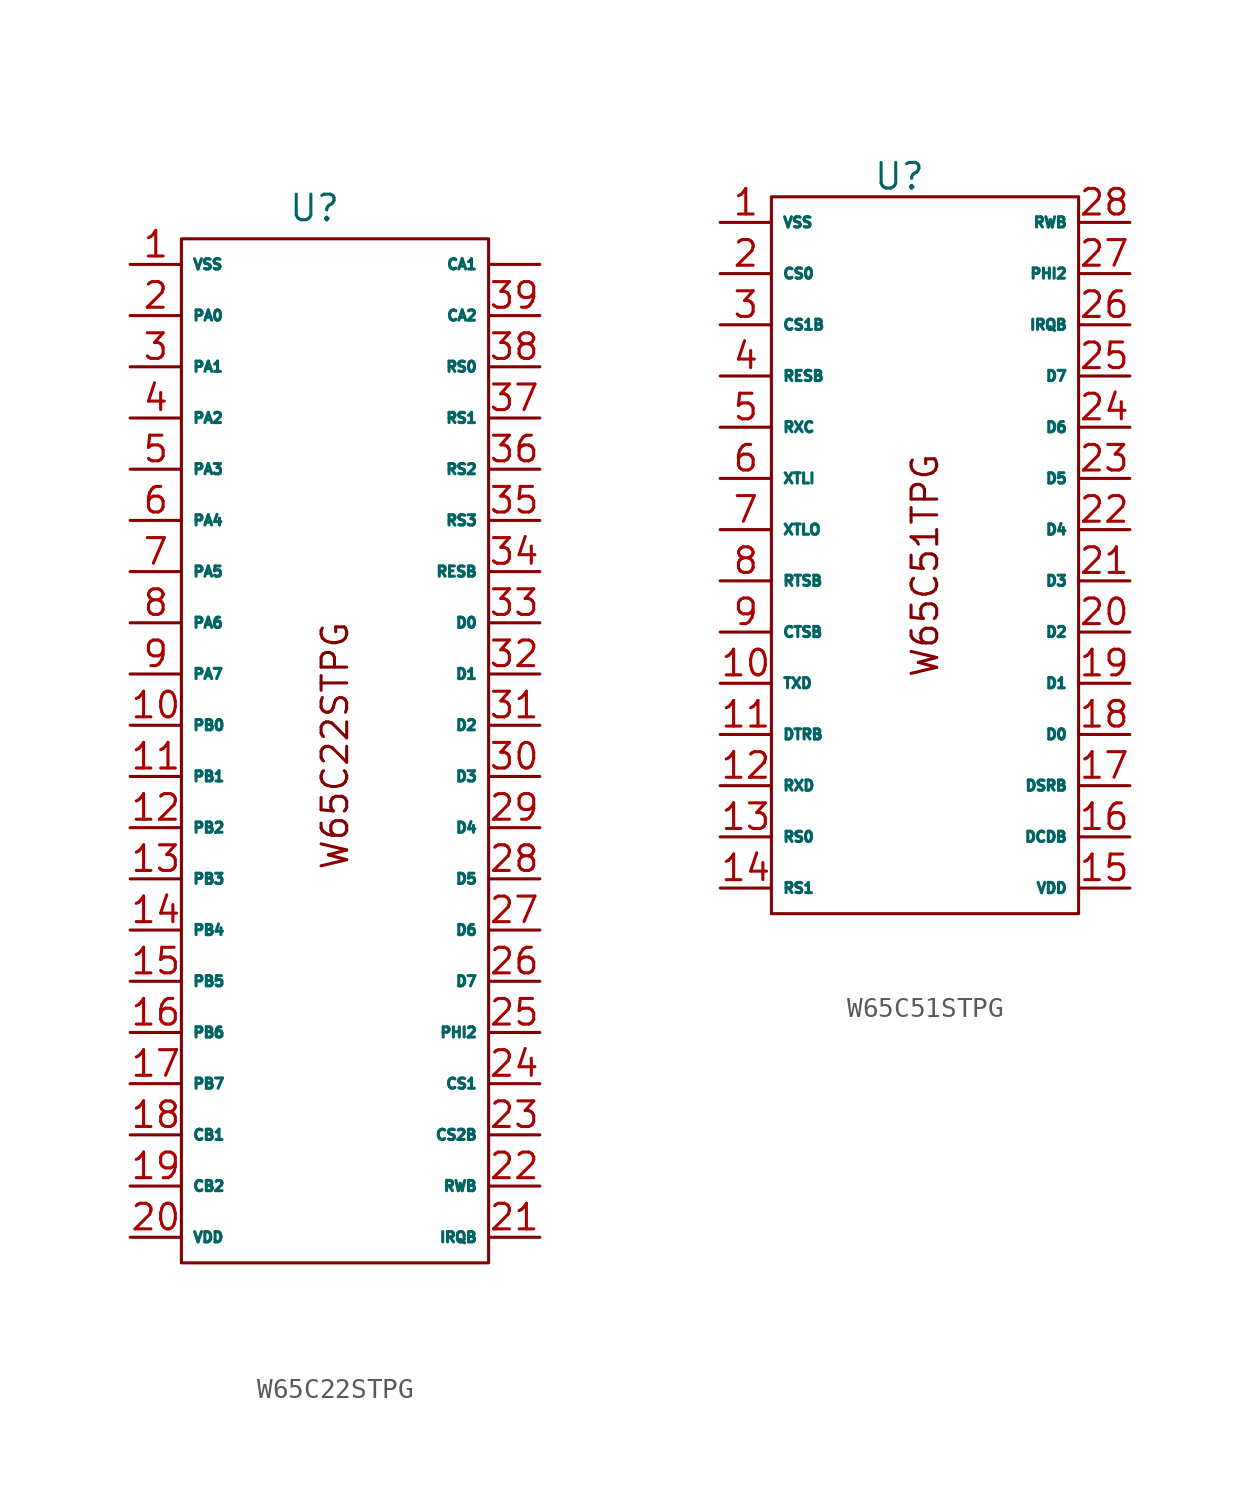
<source format=kicad_sym>
(kicad_symbol_lib
  (version 20231120)
  (generator "kicad_symbol_editor")
  (generator_version "8.0")
  (symbol "W65C22STPG"
    (property "Reference" "U"
      (at -1.016 26.924 0)
      (effects (font (size 1.27 1.27))))
    (property "Value" ""
      (at 0 0 0)
      (effects (font (size 1.27 1.27))))
    (symbol "W65C22STPG_0_1"
      (rectangle (start -7.62 25.4) (end 7.62 -25.4) (stroke (width 0) (type default)) (fill (type none))))
    (symbol "W65C22STPG_1_1"
      (text "W65C22STPG" (at 0 0.254 900) (effects (font (size 1.27 1.27))))
      (pin input line (at 10.16 24.13 180) (length 2.54) (name "CA1" (effects (font (size 0.508 0.508)))) (number "" (effects (font (size 1.27 1.27)))))
      (pin power_in line (at -10.16 24.13 0) (length 2.54) (name "VSS" (effects (font (size 0.508 0.508)))) (number "1" (effects (font (size 1.27 1.27)))))
      (pin bidirectional line (at -10.16 1.27 0) (length 2.54) (name "PB0" (effects (font (size 0.508 0.508)))) (number "10" (effects (font (size 1.27 1.27)))))
      (pin bidirectional line (at -10.16 -1.27 0) (length 2.54) (name "PB1" (effects (font (size 0.508 0.508)))) (number "11" (effects (font (size 1.27 1.27)))))
      (pin bidirectional line (at -10.16 -3.81 0) (length 2.54) (name "PB2" (effects (font (size 0.508 0.508)))) (number "12" (effects (font (size 1.27 1.27)))))
      (pin bidirectional line (at -10.16 -6.35 0) (length 2.54) (name "PB3" (effects (font (size 0.508 0.508)))) (number "13" (effects (font (size 1.27 1.27)))))
      (pin bidirectional line (at -10.16 -8.89 0) (length 2.54) (name "PB4" (effects (font (size 0.508 0.508)))) (number "14" (effects (font (size 1.27 1.27)))))
      (pin bidirectional line (at -10.16 -11.43 0) (length 2.54) (name "PB5" (effects (font (size 0.508 0.508)))) (number "15" (effects (font (size 1.27 1.27)))))
      (pin bidirectional line (at -10.16 -13.97 0) (length 2.54) (name "PB6" (effects (font (size 0.508 0.508)))) (number "16" (effects (font (size 1.27 1.27)))))
      (pin bidirectional line (at -10.16 -16.51 0) (length 2.54) (name "PB7" (effects (font (size 0.508 0.508)))) (number "17" (effects (font (size 1.27 1.27)))))
      (pin bidirectional line (at -10.16 -19.05 0) (length 2.54) (name "CB1" (effects (font (size 0.508 0.508)))) (number "18" (effects (font (size 1.27 1.27)))))
      (pin bidirectional line (at -10.16 -21.59 0) (length 2.54) (name "CB2" (effects (font (size 0.508 0.508)))) (number "19" (effects (font (size 1.27 1.27)))))
      (pin bidirectional line (at -10.16 21.59 0) (length 2.54) (name "PA0" (effects (font (size 0.508 0.508)))) (number "2" (effects (font (size 1.27 1.27)))))
      (pin power_in line (at -10.16 -24.13 0) (length 2.54) (name "VDD" (effects (font (size 0.508 0.508)))) (number "20" (effects (font (size 1.27 1.27)))))
      (pin output line (at 10.16 -24.13 180) (length 2.54) (name "IRQB" (effects (font (size 0.508 0.508)))) (number "21" (effects (font (size 1.27 1.27)))))
      (pin input line (at 10.16 -21.59 180) (length 2.54) (name "RWB" (effects (font (size 0.508 0.508)))) (number "22" (effects (font (size 1.27 1.27)))))
      (pin input line (at 10.16 -19.05 180) (length 2.54) (name "CS2B" (effects (font (size 0.508 0.508)))) (number "23" (effects (font (size 1.27 1.27)))))
      (pin input line (at 10.16 -16.51 180) (length 2.54) (name "CS1" (effects (font (size 0.508 0.508)))) (number "24" (effects (font (size 1.27 1.27)))))
      (pin input line (at 10.16 -13.97 180) (length 2.54) (name "PHI2" (effects (font (size 0.508 0.508)))) (number "25" (effects (font (size 1.27 1.27)))))
      (pin bidirectional line (at 10.16 -11.43 180) (length 2.54) (name "D7" (effects (font (size 0.508 0.508)))) (number "26" (effects (font (size 1.27 1.27)))))
      (pin bidirectional line (at 10.16 -8.89 180) (length 2.54) (name "D6" (effects (font (size 0.508 0.508)))) (number "27" (effects (font (size 1.27 1.27)))))
      (pin bidirectional line (at 10.16 -6.35 180) (length 2.54) (name "D5" (effects (font (size 0.508 0.508)))) (number "28" (effects (font (size 1.27 1.27)))))
      (pin bidirectional line (at 10.16 -3.81 180) (length 2.54) (name "D4" (effects (font (size 0.508 0.508)))) (number "29" (effects (font (size 1.27 1.27)))))
      (pin bidirectional line (at -10.16 19.05 0) (length 2.54) (name "PA1" (effects (font (size 0.508 0.508)))) (number "3" (effects (font (size 1.27 1.27)))))
      (pin bidirectional line (at 10.16 -1.27 180) (length 2.54) (name "D3" (effects (font (size 0.508 0.508)))) (number "30" (effects (font (size 1.27 1.27)))))
      (pin bidirectional line (at 10.16 1.27 180) (length 2.54) (name "D2" (effects (font (size 0.508 0.508)))) (number "31" (effects (font (size 1.27 1.27)))))
      (pin bidirectional line (at 10.16 3.81 180) (length 2.54) (name "D1" (effects (font (size 0.508 0.508)))) (number "32" (effects (font (size 1.27 1.27)))))
      (pin bidirectional line (at 10.16 6.35 180) (length 2.54) (name "D0" (effects (font (size 0.508 0.508)))) (number "33" (effects (font (size 1.27 1.27)))))
      (pin input line (at 10.16 8.89 180) (length 2.54) (name "RESB" (effects (font (size 0.508 0.508)))) (number "34" (effects (font (size 1.27 1.27)))))
      (pin input line (at 10.16 11.43 180) (length 2.54) (name "RS3" (effects (font (size 0.508 0.508)))) (number "35" (effects (font (size 1.27 1.27)))))
      (pin input line (at 10.16 13.97 180) (length 2.54) (name "RS2" (effects (font (size 0.508 0.508)))) (number "36" (effects (font (size 1.27 1.27)))))
      (pin input line (at 10.16 16.51 180) (length 2.54) (name "RS1" (effects (font (size 0.508 0.508)))) (number "37" (effects (font (size 1.27 1.27)))))
      (pin input line (at 10.16 19.05 180) (length 2.54) (name "RS0" (effects (font (size 0.508 0.508)))) (number "38" (effects (font (size 1.27 1.27)))))
      (pin bidirectional line (at 10.16 21.59 180) (length 2.54) (name "CA2" (effects (font (size 0.508 0.508)))) (number "39" (effects (font (size 1.27 1.27)))))
      (pin bidirectional line (at -10.16 16.51 0) (length 2.54) (name "PA2" (effects (font (size 0.508 0.508)))) (number "4" (effects (font (size 1.27 1.27)))))
      (pin bidirectional line (at -10.16 13.97 0) (length 2.54) (name "PA3" (effects (font (size 0.508 0.508)))) (number "5" (effects (font (size 1.27 1.27)))))
      (pin bidirectional line (at -10.16 11.43 0) (length 2.54) (name "PA4" (effects (font (size 0.508 0.508)))) (number "6" (effects (font (size 1.27 1.27)))))
      (pin bidirectional line (at -10.16 8.89 0) (length 2.54) (name "PA5" (effects (font (size 0.508 0.508)))) (number "7" (effects (font (size 1.27 1.27)))))
      (pin bidirectional line (at -10.16 6.35 0) (length 2.54) (name "PA6" (effects (font (size 0.508 0.508)))) (number "8" (effects (font (size 1.27 1.27)))))
      (pin bidirectional line (at -10.16 3.81 0) (length 2.54) (name "PA7" (effects (font (size 0.508 0.508)))) (number "9" (effects (font (size 1.27 1.27)))))))
  (symbol "W65C51STPG"
    (property "Reference" "U"
      (at -1.27 18.796 0)
      (effects (font (size 1.27 1.27))))
    (property "Value" ""
      (at 1.27 0 0)
      (effects (font (size 1.27 1.27))))
    (symbol "W65C51STPG_0_1"
      (rectangle (start -7.62 17.78) (end 7.62 -17.78) (stroke (width 0) (type default)) (fill (type none))))
    (symbol "W65C51STPG_1_1"
      (text "W65C51TPG" (at 0 -0.508 900) (effects (font (size 1.27 1.27))))
      (pin power_in line (at -10.16 16.51 0) (length 2.54) (name "VSS" (effects (font (size 0.508 0.508)))) (number "1" (effects (font (size 1.27 1.27)))))
      (pin output line (at -10.16 -6.35 0) (length 2.54) (name "TXD" (effects (font (size 0.508 0.508)))) (number "10" (effects (font (size 1.27 1.27)))))
      (pin output line (at -10.16 -8.89 0) (length 2.54) (name "DTRB" (effects (font (size 0.508 0.508)))) (number "11" (effects (font (size 1.27 1.27)))))
      (pin input line (at -10.16 -11.43 0) (length 2.54) (name "RXD" (effects (font (size 0.508 0.508)))) (number "12" (effects (font (size 1.27 1.27)))))
      (pin input line (at -10.16 -13.97 0) (length 2.54) (name "RS0" (effects (font (size 0.508 0.508)))) (number "13" (effects (font (size 1.27 1.27)))))
      (pin input line (at -10.16 -16.51 0) (length 2.54) (name "RS1" (effects (font (size 0.508 0.508)))) (number "14" (effects (font (size 1.27 1.27)))))
      (pin power_in line (at 10.16 -16.51 180) (length 2.54) (name "VDD" (effects (font (size 0.508 0.508)))) (number "15" (effects (font (size 1.27 1.27)))))
      (pin input line (at 10.16 -13.97 180) (length 2.54) (name "DCDB" (effects (font (size 0.508 0.508)))) (number "16" (effects (font (size 1.27 1.27)))))
      (pin input line (at 10.16 -11.43 180) (length 2.54) (name "DSRB" (effects (font (size 0.508 0.508)))) (number "17" (effects (font (size 1.27 1.27)))))
      (pin bidirectional line (at 10.16 -8.89 180) (length 2.54) (name "D0" (effects (font (size 0.508 0.508)))) (number "18" (effects (font (size 1.27 1.27)))))
      (pin bidirectional line (at 10.16 -6.35 180) (length 2.54) (name "D1" (effects (font (size 0.508 0.508)))) (number "19" (effects (font (size 1.27 1.27)))))
      (pin input line (at -10.16 13.97 0) (length 2.54) (name "CS0" (effects (font (size 0.508 0.508)))) (number "2" (effects (font (size 1.27 1.27)))))
      (pin bidirectional line (at 10.16 -3.81 180) (length 2.54) (name "D2" (effects (font (size 0.508 0.508)))) (number "20" (effects (font (size 1.27 1.27)))))
      (pin bidirectional line (at 10.16 -1.27 180) (length 2.54) (name "D3" (effects (font (size 0.508 0.508)))) (number "21" (effects (font (size 1.27 1.27)))))
      (pin bidirectional line (at 10.16 1.27 180) (length 2.54) (name "D4" (effects (font (size 0.508 0.508)))) (number "22" (effects (font (size 1.27 1.27)))))
      (pin bidirectional line (at 10.16 3.81 180) (length 2.54) (name "D5" (effects (font (size 0.508 0.508)))) (number "23" (effects (font (size 1.27 1.27)))))
      (pin bidirectional line (at 10.16 6.35 180) (length 2.54) (name "D6" (effects (font (size 0.508 0.508)))) (number "24" (effects (font (size 1.27 1.27)))))
      (pin bidirectional line (at 10.16 8.89 180) (length 2.54) (name "D7" (effects (font (size 0.508 0.508)))) (number "25" (effects (font (size 1.27 1.27)))))
      (pin output line (at 10.16 11.43 180) (length 2.54) (name "IRQB" (effects (font (size 0.508 0.508)))) (number "26" (effects (font (size 1.27 1.27)))))
      (pin input line (at 10.16 13.97 180) (length 2.54) (name "PHI2" (effects (font (size 0.508 0.508)))) (number "27" (effects (font (size 1.27 1.27)))))
      (pin input line (at 10.16 16.51 180) (length 2.54) (name "RWB" (effects (font (size 0.508 0.508)))) (number "28" (effects (font (size 1.27 1.27)))))
      (pin input line (at -10.16 11.43 0) (length 2.54) (name "CS1B" (effects (font (size 0.508 0.508)))) (number "3" (effects (font (size 1.27 1.27)))))
      (pin input line (at -10.16 8.89 0) (length 2.54) (name "RESB" (effects (font (size 0.508 0.508)))) (number "4" (effects (font (size 1.27 1.27)))))
      (pin bidirectional line (at -10.16 6.35 0) (length 2.54) (name "RXC" (effects (font (size 0.508 0.508)))) (number "5" (effects (font (size 1.27 1.27)))))
      (pin input line (at -10.16 3.81 0) (length 2.54) (name "XTLI" (effects (font (size 0.508 0.508)))) (number "6" (effects (font (size 1.27 1.27)))))
      (pin output line (at -10.16 1.27 0) (length 2.54) (name "XTLO" (effects (font (size 0.508 0.508)))) (number "7" (effects (font (size 1.27 1.27)))))
      (pin output line (at -10.16 -1.27 0) (length 2.54) (name "RTSB" (effects (font (size 0.508 0.508)))) (number "8" (effects (font (size 1.27 1.27)))))
      (pin input line (at -10.16 -3.81 0) (length 2.54) (name "CTSB" (effects (font (size 0.508 0.508)))) (number "9" (effects (font (size 1.27 1.27))))))))
</source>
